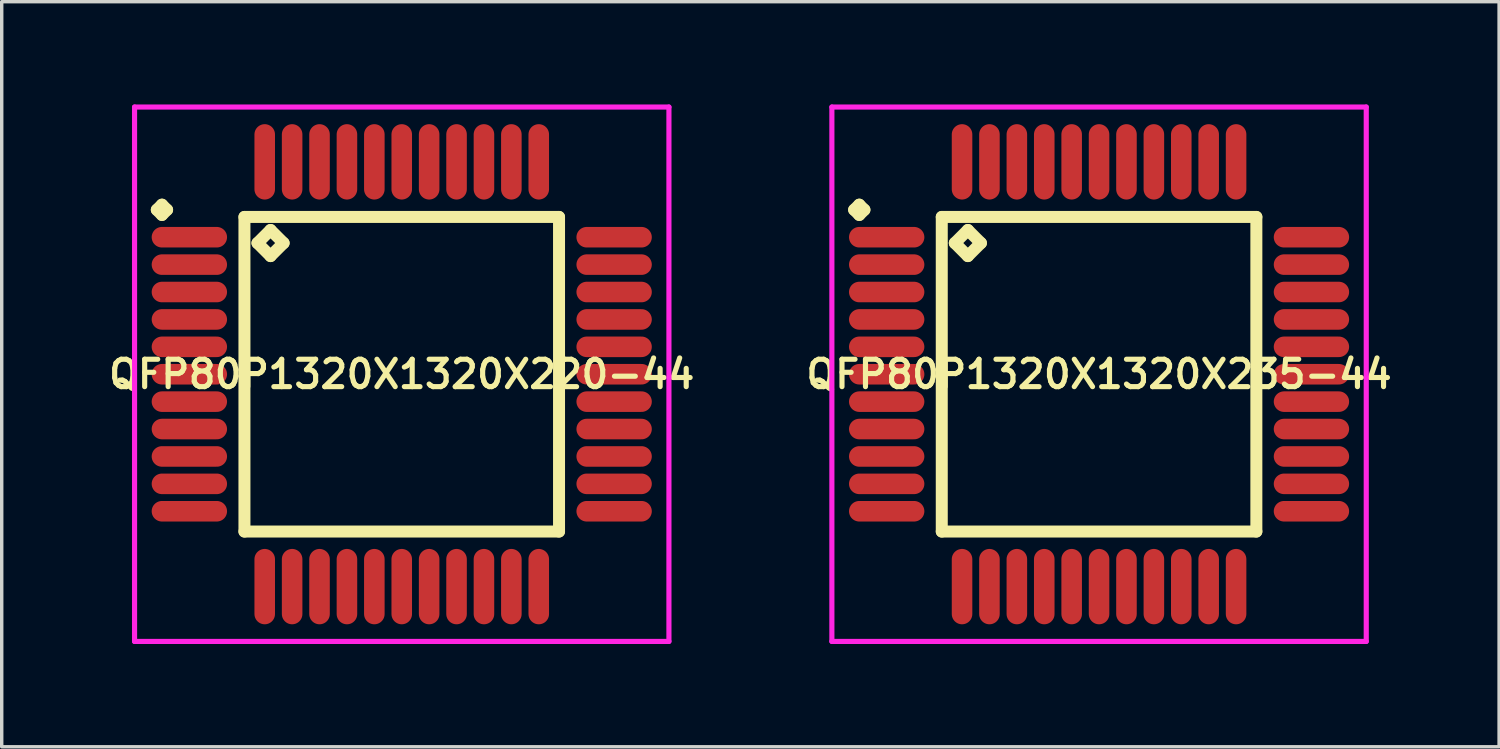
<source format=kicad_pcb>
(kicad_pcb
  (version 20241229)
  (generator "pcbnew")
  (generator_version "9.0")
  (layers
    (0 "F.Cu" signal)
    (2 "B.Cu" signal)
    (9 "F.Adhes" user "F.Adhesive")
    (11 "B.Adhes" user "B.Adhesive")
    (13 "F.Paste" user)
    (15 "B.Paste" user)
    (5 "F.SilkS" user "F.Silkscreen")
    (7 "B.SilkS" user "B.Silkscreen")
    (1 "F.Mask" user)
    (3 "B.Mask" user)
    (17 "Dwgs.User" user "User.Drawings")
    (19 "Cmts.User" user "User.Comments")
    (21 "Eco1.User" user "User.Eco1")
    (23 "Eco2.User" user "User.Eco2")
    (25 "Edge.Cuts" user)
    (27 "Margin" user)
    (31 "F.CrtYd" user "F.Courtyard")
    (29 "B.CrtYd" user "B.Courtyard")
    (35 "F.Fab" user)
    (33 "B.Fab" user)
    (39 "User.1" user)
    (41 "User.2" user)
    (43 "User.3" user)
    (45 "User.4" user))
  (footprint "QFP80P1320X1320X235-44"
    (layer "F.Cu")
    (at 29.035 7.875)
    (property "Reference" "QFP80P1320X1320X235-44" (at 0 0 0) (layer "F.SilkS") (effects (font (size 0.8 0.8) (thickness 0.15))))
    (attr smd)
    (fp_line (start -7.15 -4.8) (end -7 -4.95) (stroke (width 0.35) (type solid)) (layer "F.SilkS"))
    (fp_line (start -7 -4.95) (end -6.85 -4.8) (stroke (width 0.35) (type solid)) (layer "F.SilkS"))
    (fp_line (start -7 -4.65) (end -7.15 -4.8) (stroke (width 0.35) (type solid)) (layer "F.SilkS"))
    (fp_line (start -6.85 -4.8) (end -7 -4.65) (stroke (width 0.35) (type solid)) (layer "F.SilkS"))
    (fp_line (start -4.592 -4.592) (end -4.592 4.592) (stroke (width 0.35) (type solid)) (layer "F.SilkS"))
    (fp_line (start -4.592 4.592) (end 4.592 4.592) (stroke (width 0.35) (type solid)) (layer "F.SilkS"))
    (fp_line (start -4.211 -3.83) (end -3.83 -4.211) (stroke (width 0.35) (type solid)) (layer "F.SilkS"))
    (fp_line (start -3.83 -4.211) (end -3.449 -3.83) (stroke (width 0.35) (type solid)) (layer "F.SilkS"))
    (fp_line (start -3.83 -3.449) (end -4.211 -3.83) (stroke (width 0.35) (type solid)) (layer "F.SilkS"))
    (fp_line (start -3.449 -3.83) (end -3.83 -3.449) (stroke (width 0.35) (type solid)) (layer "F.SilkS"))
    (fp_line (start 4.592 -4.592) (end -4.592 -4.592) (stroke (width 0.35) (type solid)) (layer "F.SilkS"))
    (fp_line (start 4.592 4.592) (end 4.592 -4.592) (stroke (width 0.35) (type solid)) (layer "F.SilkS"))
    (fp_line (start -7.8 -7.8) (end 7.8 -7.8) (stroke (width 0.15) (type solid)) (layer "F.CrtYd"))
    (fp_line (start -7.8 7.8) (end -7.8 -7.8) (stroke (width 0.15) (type solid)) (layer "F.CrtYd"))
    (fp_line (start 7.8 -7.8) (end 7.8 7.8) (stroke (width 0.15) (type solid)) (layer "F.CrtYd"))
    (fp_line (start 7.8 7.8) (end -7.8 7.8) (stroke (width 0.15) (type solid)) (layer "F.CrtYd"))
    (pad "1" smd oval (at -6.2 -4) (size 2.2 0.6) (layers "F.Cu" "F.Mask" "F.Paste"))
    (pad "2" smd oval (at -6.2 -3.2) (size 2.2 0.6) (layers "F.Cu" "F.Mask" "F.Paste"))
    (pad "3" smd oval (at -6.2 -2.4) (size 2.2 0.6) (layers "F.Cu" "F.Mask" "F.Paste"))
    (pad "4" smd oval (at -6.2 -1.6) (size 2.2 0.6) (layers "F.Cu" "F.Mask" "F.Paste"))
    (pad "5" smd oval (at -6.2 -0.8) (size 2.2 0.6) (layers "F.Cu" "F.Mask" "F.Paste"))
    (pad "6" smd oval (at -6.2 0) (size 2.2 0.6) (layers "F.Cu" "F.Mask" "F.Paste"))
    (pad "7" smd oval (at -6.2 0.8) (size 2.2 0.6) (layers "F.Cu" "F.Mask" "F.Paste"))
    (pad "8" smd oval (at -6.2 1.6) (size 2.2 0.6) (layers "F.Cu" "F.Mask" "F.Paste"))
    (pad "9" smd oval (at -6.2 2.4) (size 2.2 0.6) (layers "F.Cu" "F.Mask" "F.Paste"))
    (pad "10" smd oval (at -6.2 3.2) (size 2.2 0.6) (layers "F.Cu" "F.Mask" "F.Paste"))
    (pad "11" smd oval (at -6.2 4) (size 2.2 0.6) (layers "F.Cu" "F.Mask" "F.Paste"))
    (pad "12" smd oval (at -4 6.2) (size 0.6 2.2) (layers "F.Cu" "F.Mask" "F.Paste"))
    (pad "13" smd oval (at -3.2 6.2) (size 0.6 2.2) (layers "F.Cu" "F.Mask" "F.Paste"))
    (pad "14" smd oval (at -2.4 6.2) (size 0.6 2.2) (layers "F.Cu" "F.Mask" "F.Paste"))
    (pad "15" smd oval (at -1.6 6.2) (size 0.6 2.2) (layers "F.Cu" "F.Mask" "F.Paste"))
    (pad "16" smd oval (at -0.8 6.2) (size 0.6 2.2) (layers "F.Cu" "F.Mask" "F.Paste"))
    (pad "17" smd oval (at 0 6.2) (size 0.6 2.2) (layers "F.Cu" "F.Mask" "F.Paste"))
    (pad "18" smd oval (at 0.8 6.2) (size 0.6 2.2) (layers "F.Cu" "F.Mask" "F.Paste"))
    (pad "19" smd oval (at 1.6 6.2) (size 0.6 2.2) (layers "F.Cu" "F.Mask" "F.Paste"))
    (pad "20" smd oval (at 2.4 6.2) (size 0.6 2.2) (layers "F.Cu" "F.Mask" "F.Paste"))
    (pad "21" smd oval (at 3.2 6.2) (size 0.6 2.2) (layers "F.Cu" "F.Mask" "F.Paste"))
    (pad "22" smd oval (at 4 6.2) (size 0.6 2.2) (layers "F.Cu" "F.Mask" "F.Paste"))
    (pad "23" smd oval (at 6.2 4) (size 2.2 0.6) (layers "F.Cu" "F.Mask" "F.Paste"))
    (pad "24" smd oval (at 6.2 3.2) (size 2.2 0.6) (layers "F.Cu" "F.Mask" "F.Paste"))
    (pad "25" smd oval (at 6.2 2.4) (size 2.2 0.6) (layers "F.Cu" "F.Mask" "F.Paste"))
    (pad "26" smd oval (at 6.2 1.6) (size 2.2 0.6) (layers "F.Cu" "F.Mask" "F.Paste"))
    (pad "27" smd oval (at 6.2 0.8) (size 2.2 0.6) (layers "F.Cu" "F.Mask" "F.Paste"))
    (pad "28" smd oval (at 6.2 0) (size 2.2 0.6) (layers "F.Cu" "F.Mask" "F.Paste"))
    (pad "29" smd oval (at 6.2 -0.8) (size 2.2 0.6) (layers "F.Cu" "F.Mask" "F.Paste"))
    (pad "30" smd oval (at 6.2 -1.6) (size 2.2 0.6) (layers "F.Cu" "F.Mask" "F.Paste"))
    (pad "31" smd oval (at 6.2 -2.4) (size 2.2 0.6) (layers "F.Cu" "F.Mask" "F.Paste"))
    (pad "32" smd oval (at 6.2 -3.2) (size 2.2 0.6) (layers "F.Cu" "F.Mask" "F.Paste"))
    (pad "33" smd oval (at 6.2 -4) (size 2.2 0.6) (layers "F.Cu" "F.Mask" "F.Paste"))
    (pad "34" smd oval (at 4 -6.2) (size 0.6 2.2) (layers "F.Cu" "F.Mask" "F.Paste"))
    (pad "35" smd oval (at 3.2 -6.2) (size 0.6 2.2) (layers "F.Cu" "F.Mask" "F.Paste"))
    (pad "36" smd oval (at 2.4 -6.2) (size 0.6 2.2) (layers "F.Cu" "F.Mask" "F.Paste"))
    (pad "37" smd oval (at 1.6 -6.2) (size 0.6 2.2) (layers "F.Cu" "F.Mask" "F.Paste"))
    (pad "38" smd oval (at 0.8 -6.2) (size 0.6 2.2) (layers "F.Cu" "F.Mask" "F.Paste"))
    (pad "39" smd oval (at 0 -6.2) (size 0.6 2.2) (layers "F.Cu" "F.Mask" "F.Paste"))
    (pad "40" smd oval (at -0.8 -6.2) (size 0.6 2.2) (layers "F.Cu" "F.Mask" "F.Paste"))
    (pad "41" smd oval (at -1.6 -6.2) (size 0.6 2.2) (layers "F.Cu" "F.Mask" "F.Paste"))
    (pad "42" smd oval (at -2.4 -6.2) (size 0.6 2.2) (layers "F.Cu" "F.Mask" "F.Paste"))
    (pad "43" smd oval (at -3.2 -6.2) (size 0.6 2.2) (layers "F.Cu" "F.Mask" "F.Paste"))
    (pad "44" smd oval (at -4 -6.2) (size 0.6 2.2) (layers "F.Cu" "F.Mask" "F.Paste")))
  (footprint "QFP80P1320X1320X220-44"
    (layer "F.Cu")
    (at 8.678 7.875)
    (property "Reference" "QFP80P1320X1320X220-44" (at 0 0 0) (layer "F.SilkS") (effects (font (size 0.8 0.8) (thickness 0.15))))
    (attr smd)
    (fp_line (start -7.15 -4.8) (end -7 -4.95) (stroke (width 0.35) (type solid)) (layer "F.SilkS"))
    (fp_line (start -7 -4.95) (end -6.85 -4.8) (stroke (width 0.35) (type solid)) (layer "F.SilkS"))
    (fp_line (start -7 -4.65) (end -7.15 -4.8) (stroke (width 0.35) (type solid)) (layer "F.SilkS"))
    (fp_line (start -6.85 -4.8) (end -7 -4.65) (stroke (width 0.35) (type solid)) (layer "F.SilkS"))
    (fp_line (start -4.592 -4.592) (end -4.592 4.592) (stroke (width 0.35) (type solid)) (layer "F.SilkS"))
    (fp_line (start -4.592 4.592) (end 4.592 4.592) (stroke (width 0.35) (type solid)) (layer "F.SilkS"))
    (fp_line (start -4.211 -3.83) (end -3.83 -4.211) (stroke (width 0.35) (type solid)) (layer "F.SilkS"))
    (fp_line (start -3.83 -4.211) (end -3.449 -3.83) (stroke (width 0.35) (type solid)) (layer "F.SilkS"))
    (fp_line (start -3.83 -3.449) (end -4.211 -3.83) (stroke (width 0.35) (type solid)) (layer "F.SilkS"))
    (fp_line (start -3.449 -3.83) (end -3.83 -3.449) (stroke (width 0.35) (type solid)) (layer "F.SilkS"))
    (fp_line (start 4.592 -4.592) (end -4.592 -4.592) (stroke (width 0.35) (type solid)) (layer "F.SilkS"))
    (fp_line (start 4.592 4.592) (end 4.592 -4.592) (stroke (width 0.35) (type solid)) (layer "F.SilkS"))
    (fp_line (start -7.8 -7.8) (end 7.8 -7.8) (stroke (width 0.15) (type solid)) (layer "F.CrtYd"))
    (fp_line (start -7.8 7.8) (end -7.8 -7.8) (stroke (width 0.15) (type solid)) (layer "F.CrtYd"))
    (fp_line (start 7.8 -7.8) (end 7.8 7.8) (stroke (width 0.15) (type solid)) (layer "F.CrtYd"))
    (fp_line (start 7.8 7.8) (end -7.8 7.8) (stroke (width 0.15) (type solid)) (layer "F.CrtYd"))
    (pad "1" smd oval (at -6.2 -4) (size 2.2 0.6) (layers "F.Cu" "F.Mask" "F.Paste"))
    (pad "2" smd oval (at -6.2 -3.2) (size 2.2 0.6) (layers "F.Cu" "F.Mask" "F.Paste"))
    (pad "3" smd oval (at -6.2 -2.4) (size 2.2 0.6) (layers "F.Cu" "F.Mask" "F.Paste"))
    (pad "4" smd oval (at -6.2 -1.6) (size 2.2 0.6) (layers "F.Cu" "F.Mask" "F.Paste"))
    (pad "5" smd oval (at -6.2 -0.8) (size 2.2 0.6) (layers "F.Cu" "F.Mask" "F.Paste"))
    (pad "6" smd oval (at -6.2 0) (size 2.2 0.6) (layers "F.Cu" "F.Mask" "F.Paste"))
    (pad "7" smd oval (at -6.2 0.8) (size 2.2 0.6) (layers "F.Cu" "F.Mask" "F.Paste"))
    (pad "8" smd oval (at -6.2 1.6) (size 2.2 0.6) (layers "F.Cu" "F.Mask" "F.Paste"))
    (pad "9" smd oval (at -6.2 2.4) (size 2.2 0.6) (layers "F.Cu" "F.Mask" "F.Paste"))
    (pad "10" smd oval (at -6.2 3.2) (size 2.2 0.6) (layers "F.Cu" "F.Mask" "F.Paste"))
    (pad "11" smd oval (at -6.2 4) (size 2.2 0.6) (layers "F.Cu" "F.Mask" "F.Paste"))
    (pad "12" smd oval (at -4 6.2) (size 0.6 2.2) (layers "F.Cu" "F.Mask" "F.Paste"))
    (pad "13" smd oval (at -3.2 6.2) (size 0.6 2.2) (layers "F.Cu" "F.Mask" "F.Paste"))
    (pad "14" smd oval (at -2.4 6.2) (size 0.6 2.2) (layers "F.Cu" "F.Mask" "F.Paste"))
    (pad "15" smd oval (at -1.6 6.2) (size 0.6 2.2) (layers "F.Cu" "F.Mask" "F.Paste"))
    (pad "16" smd oval (at -0.8 6.2) (size 0.6 2.2) (layers "F.Cu" "F.Mask" "F.Paste"))
    (pad "17" smd oval (at 0 6.2) (size 0.6 2.2) (layers "F.Cu" "F.Mask" "F.Paste"))
    (pad "18" smd oval (at 0.8 6.2) (size 0.6 2.2) (layers "F.Cu" "F.Mask" "F.Paste"))
    (pad "19" smd oval (at 1.6 6.2) (size 0.6 2.2) (layers "F.Cu" "F.Mask" "F.Paste"))
    (pad "20" smd oval (at 2.4 6.2) (size 0.6 2.2) (layers "F.Cu" "F.Mask" "F.Paste"))
    (pad "21" smd oval (at 3.2 6.2) (size 0.6 2.2) (layers "F.Cu" "F.Mask" "F.Paste"))
    (pad "22" smd oval (at 4 6.2) (size 0.6 2.2) (layers "F.Cu" "F.Mask" "F.Paste"))
    (pad "23" smd oval (at 6.2 4) (size 2.2 0.6) (layers "F.Cu" "F.Mask" "F.Paste"))
    (pad "24" smd oval (at 6.2 3.2) (size 2.2 0.6) (layers "F.Cu" "F.Mask" "F.Paste"))
    (pad "25" smd oval (at 6.2 2.4) (size 2.2 0.6) (layers "F.Cu" "F.Mask" "F.Paste"))
    (pad "26" smd oval (at 6.2 1.6) (size 2.2 0.6) (layers "F.Cu" "F.Mask" "F.Paste"))
    (pad "27" smd oval (at 6.2 0.8) (size 2.2 0.6) (layers "F.Cu" "F.Mask" "F.Paste"))
    (pad "28" smd oval (at 6.2 0) (size 2.2 0.6) (layers "F.Cu" "F.Mask" "F.Paste"))
    (pad "29" smd oval (at 6.2 -0.8) (size 2.2 0.6) (layers "F.Cu" "F.Mask" "F.Paste"))
    (pad "30" smd oval (at 6.2 -1.6) (size 2.2 0.6) (layers "F.Cu" "F.Mask" "F.Paste"))
    (pad "31" smd oval (at 6.2 -2.4) (size 2.2 0.6) (layers "F.Cu" "F.Mask" "F.Paste"))
    (pad "32" smd oval (at 6.2 -3.2) (size 2.2 0.6) (layers "F.Cu" "F.Mask" "F.Paste"))
    (pad "33" smd oval (at 6.2 -4) (size 2.2 0.6) (layers "F.Cu" "F.Mask" "F.Paste"))
    (pad "34" smd oval (at 4 -6.2) (size 0.6 2.2) (layers "F.Cu" "F.Mask" "F.Paste"))
    (pad "35" smd oval (at 3.2 -6.2) (size 0.6 2.2) (layers "F.Cu" "F.Mask" "F.Paste"))
    (pad "36" smd oval (at 2.4 -6.2) (size 0.6 2.2) (layers "F.Cu" "F.Mask" "F.Paste"))
    (pad "37" smd oval (at 1.6 -6.2) (size 0.6 2.2) (layers "F.Cu" "F.Mask" "F.Paste"))
    (pad "38" smd oval (at 0.8 -6.2) (size 0.6 2.2) (layers "F.Cu" "F.Mask" "F.Paste"))
    (pad "39" smd oval (at 0 -6.2) (size 0.6 2.2) (layers "F.Cu" "F.Mask" "F.Paste"))
    (pad "40" smd oval (at -0.8 -6.2) (size 0.6 2.2) (layers "F.Cu" "F.Mask" "F.Paste"))
    (pad "41" smd oval (at -1.6 -6.2) (size 0.6 2.2) (layers "F.Cu" "F.Mask" "F.Paste"))
    (pad "42" smd oval (at -2.4 -6.2) (size 0.6 2.2) (layers "F.Cu" "F.Mask" "F.Paste"))
    (pad "43" smd oval (at -3.2 -6.2) (size 0.6 2.2) (layers "F.Cu" "F.Mask" "F.Paste"))
    (pad "44" smd oval (at -4 -6.2) (size 0.6 2.2) (layers "F.Cu" "F.Mask" "F.Paste")))
  (gr_rect
    (start -3 -3)
    (end 40.713 18.75)
    (stroke (width 0.1) (type default))
    (fill no)
    (layer "Edge.Cuts")))
</source>
